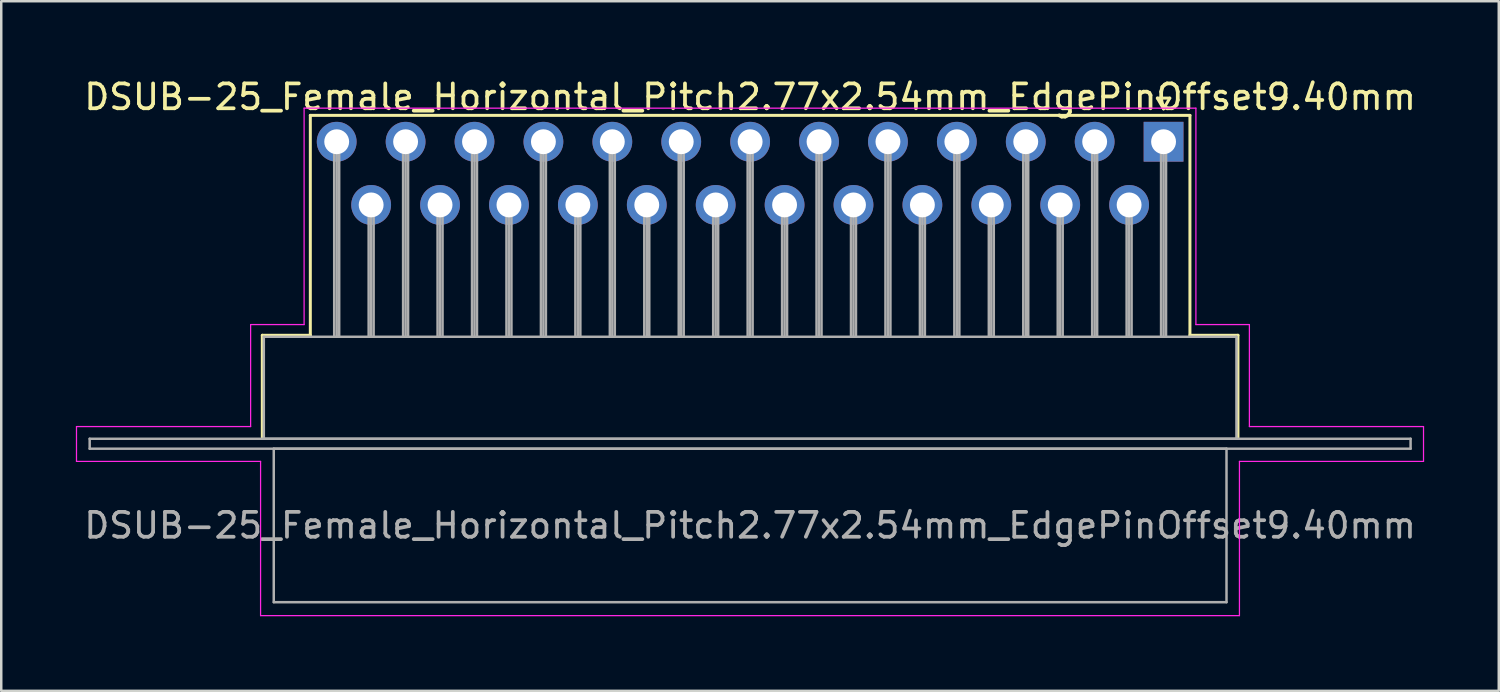
<source format=kicad_pcb>
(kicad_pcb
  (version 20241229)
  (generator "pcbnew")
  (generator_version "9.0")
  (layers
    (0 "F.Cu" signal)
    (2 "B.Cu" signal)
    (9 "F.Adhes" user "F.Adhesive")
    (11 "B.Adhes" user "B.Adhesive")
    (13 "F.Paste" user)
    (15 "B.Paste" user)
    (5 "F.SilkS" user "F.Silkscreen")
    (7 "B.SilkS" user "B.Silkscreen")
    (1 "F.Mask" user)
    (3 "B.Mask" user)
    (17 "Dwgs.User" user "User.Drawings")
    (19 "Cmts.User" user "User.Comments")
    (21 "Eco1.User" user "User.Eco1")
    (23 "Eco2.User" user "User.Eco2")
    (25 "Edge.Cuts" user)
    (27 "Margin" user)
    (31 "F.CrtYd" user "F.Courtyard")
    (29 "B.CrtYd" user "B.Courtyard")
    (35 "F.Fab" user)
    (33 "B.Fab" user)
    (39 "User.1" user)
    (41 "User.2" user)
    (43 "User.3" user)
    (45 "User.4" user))
  (footprint "DSUB-25_Female_Horizontal_Pitch2.77x2.54mm_EdgePinOffset9.40mm"
    (layer "F.Cu")
    (at 43.725 2.648)
    (property "Reference" "DSUB-25_Female_Horizontal_Pitch2.77x2.54mm_EdgePinOffset9.40mm" (at -16.62 -1.8 0) (layer "F.SilkS") (effects (font (size 1 1) (thickness 0.15))))
    (attr through_hole)
    (fp_line (start -36.23 7.78) (end -34.3 7.78) (stroke (width 0.12) (type solid)) (layer "F.SilkS"))
    (fp_line (start -36.23 11.88) (end -36.23 7.78) (stroke (width 0.12) (type solid)) (layer "F.SilkS"))
    (fp_line (start -34.3 -1.06) (end 1.06 -1.06) (stroke (width 0.12) (type solid)) (layer "F.SilkS"))
    (fp_line (start -34.3 7.78) (end -34.3 -1.06) (stroke (width 0.12) (type solid)) (layer "F.SilkS"))
    (fp_line (start -0.25 -1.754) (end 0.25 -1.754) (stroke (width 0.12) (type solid)) (layer "F.SilkS"))
    (fp_line (start 0 -1.321) (end -0.25 -1.754) (stroke (width 0.12) (type solid)) (layer "F.SilkS"))
    (fp_line (start 0.25 -1.754) (end 0 -1.321) (stroke (width 0.12) (type solid)) (layer "F.SilkS"))
    (fp_line (start 1.06 -1.06) (end 1.06 7.78) (stroke (width 0.12) (type solid)) (layer "F.SilkS"))
    (fp_line (start 1.06 7.78) (end 2.99 7.78) (stroke (width 0.12) (type solid)) (layer "F.SilkS"))
    (fp_line (start 2.99 7.78) (end 2.99 11.88) (stroke (width 0.12) (type solid)) (layer "F.SilkS"))
    (fp_line (start -43.7 11.45) (end -36.7 11.45) (stroke (width 0.05) (type solid)) (layer "F.CrtYd"))
    (fp_line (start -43.7 12.85) (end -43.7 11.45) (stroke (width 0.05) (type solid)) (layer "F.CrtYd"))
    (fp_line (start -36.7 7.35) (end -34.55 7.35) (stroke (width 0.05) (type solid)) (layer "F.CrtYd"))
    (fp_line (start -36.7 11.45) (end -36.7 7.35) (stroke (width 0.05) (type solid)) (layer "F.CrtYd"))
    (fp_line (start -36.3 12.85) (end -43.7 12.85) (stroke (width 0.05) (type solid)) (layer "F.CrtYd"))
    (fp_line (start -36.3 19.05) (end -36.3 12.85) (stroke (width 0.05) (type solid)) (layer "F.CrtYd"))
    (fp_line (start -34.55 -1.35) (end 1.3 -1.35) (stroke (width 0.05) (type solid)) (layer "F.CrtYd"))
    (fp_line (start -34.55 7.35) (end -34.55 -1.35) (stroke (width 0.05) (type solid)) (layer "F.CrtYd"))
    (fp_line (start 1.3 -1.35) (end 1.3 7.35) (stroke (width 0.05) (type solid)) (layer "F.CrtYd"))
    (fp_line (start 1.3 7.35) (end 3.45 7.35) (stroke (width 0.05) (type solid)) (layer "F.CrtYd"))
    (fp_line (start 3.05 12.85) (end 3.05 19.05) (stroke (width 0.05) (type solid)) (layer "F.CrtYd"))
    (fp_line (start 3.05 19.05) (end -36.3 19.05) (stroke (width 0.05) (type solid)) (layer "F.CrtYd"))
    (fp_line (start 3.45 7.35) (end 3.45 11.45) (stroke (width 0.05) (type solid)) (layer "F.CrtYd"))
    (fp_line (start 3.45 11.45) (end 10.45 11.45) (stroke (width 0.05) (type solid)) (layer "F.CrtYd"))
    (fp_line (start 10.45 11.45) (end 10.45 12.85) (stroke (width 0.05) (type solid)) (layer "F.CrtYd"))
    (fp_line (start 10.45 12.85) (end 3.05 12.85) (stroke (width 0.05) (type solid)) (layer "F.CrtYd"))
    (fp_line (start -43.17 11.94) (end -43.17 12.34) (stroke (width 0.1) (type solid)) (layer "F.Fab"))
    (fp_line (start -43.17 12.34) (end 9.93 12.34) (stroke (width 0.1) (type solid)) (layer "F.Fab"))
    (fp_line (start -36.17 7.84) (end -36.17 11.94) (stroke (width 0.1) (type solid)) (layer "F.Fab"))
    (fp_line (start -36.17 11.94) (end 2.93 11.94) (stroke (width 0.1) (type solid)) (layer "F.Fab"))
    (fp_line (start -35.77 12.34) (end -35.77 18.51) (stroke (width 0.1) (type solid)) (layer "F.Fab"))
    (fp_line (start -35.77 18.51) (end 2.53 18.51) (stroke (width 0.1) (type solid)) (layer "F.Fab"))
    (fp_line (start -33.34 0) (end -33.34 7.84) (stroke (width 0.1) (type solid)) (layer "F.Fab"))
    (fp_line (start -33.24 0) (end -33.24 7.84) (stroke (width 0.1) (type solid)) (layer "F.Fab"))
    (fp_line (start -33.14 0) (end -33.14 7.84) (stroke (width 0.1) (type solid)) (layer "F.Fab"))
    (fp_line (start -31.955 2.54) (end -31.955 7.84) (stroke (width 0.1) (type solid)) (layer "F.Fab"))
    (fp_line (start -31.855 2.54) (end -31.855 7.84) (stroke (width 0.1) (type solid)) (layer "F.Fab"))
    (fp_line (start -31.755 2.54) (end -31.755 7.84) (stroke (width 0.1) (type solid)) (layer "F.Fab"))
    (fp_line (start -30.57 0) (end -30.57 7.84) (stroke (width 0.1) (type solid)) (layer "F.Fab"))
    (fp_line (start -30.47 0) (end -30.47 7.84) (stroke (width 0.1) (type solid)) (layer "F.Fab"))
    (fp_line (start -30.37 0) (end -30.37 7.84) (stroke (width 0.1) (type solid)) (layer "F.Fab"))
    (fp_line (start -29.185 2.54) (end -29.185 7.84) (stroke (width 0.1) (type solid)) (layer "F.Fab"))
    (fp_line (start -29.085 2.54) (end -29.085 7.84) (stroke (width 0.1) (type solid)) (layer "F.Fab"))
    (fp_line (start -28.985 2.54) (end -28.985 7.84) (stroke (width 0.1) (type solid)) (layer "F.Fab"))
    (fp_line (start -27.8 0) (end -27.8 7.84) (stroke (width 0.1) (type solid)) (layer "F.Fab"))
    (fp_line (start -27.7 0) (end -27.7 7.84) (stroke (width 0.1) (type solid)) (layer "F.Fab"))
    (fp_line (start -27.6 0) (end -27.6 7.84) (stroke (width 0.1) (type solid)) (layer "F.Fab"))
    (fp_line (start -26.415 2.54) (end -26.415 7.84) (stroke (width 0.1) (type solid)) (layer "F.Fab"))
    (fp_line (start -26.315 2.54) (end -26.315 7.84) (stroke (width 0.1) (type solid)) (layer "F.Fab"))
    (fp_line (start -26.215 2.54) (end -26.215 7.84) (stroke (width 0.1) (type solid)) (layer "F.Fab"))
    (fp_line (start -25.03 0) (end -25.03 7.84) (stroke (width 0.1) (type solid)) (layer "F.Fab"))
    (fp_line (start -24.93 0) (end -24.93 7.84) (stroke (width 0.1) (type solid)) (layer "F.Fab"))
    (fp_line (start -24.83 0) (end -24.83 7.84) (stroke (width 0.1) (type solid)) (layer "F.Fab"))
    (fp_line (start -23.645 2.54) (end -23.645 7.84) (stroke (width 0.1) (type solid)) (layer "F.Fab"))
    (fp_line (start -23.545 2.54) (end -23.545 7.84) (stroke (width 0.1) (type solid)) (layer "F.Fab"))
    (fp_line (start -23.445 2.54) (end -23.445 7.84) (stroke (width 0.1) (type solid)) (layer "F.Fab"))
    (fp_line (start -22.26 0) (end -22.26 7.84) (stroke (width 0.1) (type solid)) (layer "F.Fab"))
    (fp_line (start -22.16 0) (end -22.16 7.84) (stroke (width 0.1) (type solid)) (layer "F.Fab"))
    (fp_line (start -22.06 0) (end -22.06 7.84) (stroke (width 0.1) (type solid)) (layer "F.Fab"))
    (fp_line (start -20.875 2.54) (end -20.875 7.84) (stroke (width 0.1) (type solid)) (layer "F.Fab"))
    (fp_line (start -20.775 2.54) (end -20.775 7.84) (stroke (width 0.1) (type solid)) (layer "F.Fab"))
    (fp_line (start -20.675 2.54) (end -20.675 7.84) (stroke (width 0.1) (type solid)) (layer "F.Fab"))
    (fp_line (start -19.49 0) (end -19.49 7.84) (stroke (width 0.1) (type solid)) (layer "F.Fab"))
    (fp_line (start -19.39 0) (end -19.39 7.84) (stroke (width 0.1) (type solid)) (layer "F.Fab"))
    (fp_line (start -19.29 0) (end -19.29 7.84) (stroke (width 0.1) (type solid)) (layer "F.Fab"))
    (fp_line (start -18.105 2.54) (end -18.105 7.84) (stroke (width 0.1) (type solid)) (layer "F.Fab"))
    (fp_line (start -18.005 2.54) (end -18.005 7.84) (stroke (width 0.1) (type solid)) (layer "F.Fab"))
    (fp_line (start -17.905 2.54) (end -17.905 7.84) (stroke (width 0.1) (type solid)) (layer "F.Fab"))
    (fp_line (start -16.72 0) (end -16.72 7.84) (stroke (width 0.1) (type solid)) (layer "F.Fab"))
    (fp_line (start -16.62 0) (end -16.62 7.84) (stroke (width 0.1) (type solid)) (layer "F.Fab"))
    (fp_line (start -16.52 0) (end -16.52 7.84) (stroke (width 0.1) (type solid)) (layer "F.Fab"))
    (fp_line (start -15.335 2.54) (end -15.335 7.84) (stroke (width 0.1) (type solid)) (layer "F.Fab"))
    (fp_line (start -15.235 2.54) (end -15.235 7.84) (stroke (width 0.1) (type solid)) (layer "F.Fab"))
    (fp_line (start -15.135 2.54) (end -15.135 7.84) (stroke (width 0.1) (type solid)) (layer "F.Fab"))
    (fp_line (start -13.95 0) (end -13.95 7.84) (stroke (width 0.1) (type solid)) (layer "F.Fab"))
    (fp_line (start -13.85 0) (end -13.85 7.84) (stroke (width 0.1) (type solid)) (layer "F.Fab"))
    (fp_line (start -13.75 0) (end -13.75 7.84) (stroke (width 0.1) (type solid)) (layer "F.Fab"))
    (fp_line (start -12.565 2.54) (end -12.565 7.84) (stroke (width 0.1) (type solid)) (layer "F.Fab"))
    (fp_line (start -12.465 2.54) (end -12.465 7.84) (stroke (width 0.1) (type solid)) (layer "F.Fab"))
    (fp_line (start -12.365 2.54) (end -12.365 7.84) (stroke (width 0.1) (type solid)) (layer "F.Fab"))
    (fp_line (start -11.18 0) (end -11.18 7.84) (stroke (width 0.1) (type solid)) (layer "F.Fab"))
    (fp_line (start -11.08 0) (end -11.08 7.84) (stroke (width 0.1) (type solid)) (layer "F.Fab"))
    (fp_line (start -10.98 0) (end -10.98 7.84) (stroke (width 0.1) (type solid)) (layer "F.Fab"))
    (fp_line (start -9.795 2.54) (end -9.795 7.84) (stroke (width 0.1) (type solid)) (layer "F.Fab"))
    (fp_line (start -9.695 2.54) (end -9.695 7.84) (stroke (width 0.1) (type solid)) (layer "F.Fab"))
    (fp_line (start -9.595 2.54) (end -9.595 7.84) (stroke (width 0.1) (type solid)) (layer "F.Fab"))
    (fp_line (start -8.41 0) (end -8.41 7.84) (stroke (width 0.1) (type solid)) (layer "F.Fab"))
    (fp_line (start -8.31 0) (end -8.31 7.84) (stroke (width 0.1) (type solid)) (layer "F.Fab"))
    (fp_line (start -8.21 0) (end -8.21 7.84) (stroke (width 0.1) (type solid)) (layer "F.Fab"))
    (fp_line (start -7.025 2.54) (end -7.025 7.84) (stroke (width 0.1) (type solid)) (layer "F.Fab"))
    (fp_line (start -6.925 2.54) (end -6.925 7.84) (stroke (width 0.1) (type solid)) (layer "F.Fab"))
    (fp_line (start -6.825 2.54) (end -6.825 7.84) (stroke (width 0.1) (type solid)) (layer "F.Fab"))
    (fp_line (start -5.64 0) (end -5.64 7.84) (stroke (width 0.1) (type solid)) (layer "F.Fab"))
    (fp_line (start -5.54 0) (end -5.54 7.84) (stroke (width 0.1) (type solid)) (layer "F.Fab"))
    (fp_line (start -5.44 0) (end -5.44 7.84) (stroke (width 0.1) (type solid)) (layer "F.Fab"))
    (fp_line (start -4.255 2.54) (end -4.255 7.84) (stroke (width 0.1) (type solid)) (layer "F.Fab"))
    (fp_line (start -4.155 2.54) (end -4.155 7.84) (stroke (width 0.1) (type solid)) (layer "F.Fab"))
    (fp_line (start -4.055 2.54) (end -4.055 7.84) (stroke (width 0.1) (type solid)) (layer "F.Fab"))
    (fp_line (start -2.87 0) (end -2.87 7.84) (stroke (width 0.1) (type solid)) (layer "F.Fab"))
    (fp_line (start -2.77 0) (end -2.77 7.84) (stroke (width 0.1) (type solid)) (layer "F.Fab"))
    (fp_line (start -2.67 0) (end -2.67 7.84) (stroke (width 0.1) (type solid)) (layer "F.Fab"))
    (fp_line (start -1.485 2.54) (end -1.485 7.84) (stroke (width 0.1) (type solid)) (layer "F.Fab"))
    (fp_line (start -1.385 2.54) (end -1.385 7.84) (stroke (width 0.1) (type solid)) (layer "F.Fab"))
    (fp_line (start -1.285 2.54) (end -1.285 7.84) (stroke (width 0.1) (type solid)) (layer "F.Fab"))
    (fp_line (start -0.1 0) (end -0.1 7.84) (stroke (width 0.1) (type solid)) (layer "F.Fab"))
    (fp_line (start 0 0) (end 0 7.84) (stroke (width 0.1) (type solid)) (layer "F.Fab"))
    (fp_line (start 0.1 0) (end 0.1 7.84) (stroke (width 0.1) (type solid)) (layer "F.Fab"))
    (fp_line (start 2.53 12.34) (end -35.77 12.34) (stroke (width 0.1) (type solid)) (layer "F.Fab"))
    (fp_line (start 2.53 18.51) (end 2.53 12.34) (stroke (width 0.1) (type solid)) (layer "F.Fab"))
    (fp_line (start 2.93 7.84) (end -36.17 7.84) (stroke (width 0.1) (type solid)) (layer "F.Fab"))
    (fp_line (start 2.93 11.94) (end 2.93 7.84) (stroke (width 0.1) (type solid)) (layer "F.Fab"))
    (fp_line (start 9.93 11.94) (end -43.17 11.94) (stroke (width 0.1) (type solid)) (layer "F.Fab"))
    (fp_line (start 9.93 12.34) (end 9.93 11.94) (stroke (width 0.1) (type solid)) (layer "F.Fab"))
    (fp_text user "${REFERENCE}" (at -16.62 15.425 0) (layer "F.Fab") (effects (font (size 1 1) (thickness 0.15))))
    (pad "1" thru_hole rect (at 0 0) (size 1.6 1.6) (drill 1) (layers "*.Cu" "*.Mask"))
    (pad "2" thru_hole circle (at -2.77 0) (size 1.6 1.6) (drill 1) (layers "*.Cu" "*.Mask"))
    (pad "3" thru_hole circle (at -5.54 0) (size 1.6 1.6) (drill 1) (layers "*.Cu" "*.Mask"))
    (pad "4" thru_hole circle (at -8.31 0) (size 1.6 1.6) (drill 1) (layers "*.Cu" "*.Mask"))
    (pad "5" thru_hole circle (at -11.08 0) (size 1.6 1.6) (drill 1) (layers "*.Cu" "*.Mask"))
    (pad "6" thru_hole circle (at -13.85 0) (size 1.6 1.6) (drill 1) (layers "*.Cu" "*.Mask"))
    (pad "7" thru_hole circle (at -16.62 0) (size 1.6 1.6) (drill 1) (layers "*.Cu" "*.Mask"))
    (pad "8" thru_hole circle (at -19.39 0) (size 1.6 1.6) (drill 1) (layers "*.Cu" "*.Mask"))
    (pad "9" thru_hole circle (at -22.16 0) (size 1.6 1.6) (drill 1) (layers "*.Cu" "*.Mask"))
    (pad "10" thru_hole circle (at -24.93 0) (size 1.6 1.6) (drill 1) (layers "*.Cu" "*.Mask"))
    (pad "11" thru_hole circle (at -27.7 0) (size 1.6 1.6) (drill 1) (layers "*.Cu" "*.Mask"))
    (pad "12" thru_hole circle (at -30.47 0) (size 1.6 1.6) (drill 1) (layers "*.Cu" "*.Mask"))
    (pad "13" thru_hole circle (at -33.24 0) (size 1.6 1.6) (drill 1) (layers "*.Cu" "*.Mask"))
    (pad "14" thru_hole circle (at -1.385 2.54) (size 1.6 1.6) (drill 1) (layers "*.Cu" "*.Mask"))
    (pad "15" thru_hole circle (at -4.155 2.54) (size 1.6 1.6) (drill 1) (layers "*.Cu" "*.Mask"))
    (pad "16" thru_hole circle (at -6.925 2.54) (size 1.6 1.6) (drill 1) (layers "*.Cu" "*.Mask"))
    (pad "17" thru_hole circle (at -9.695 2.54) (size 1.6 1.6) (drill 1) (layers "*.Cu" "*.Mask"))
    (pad "18" thru_hole circle (at -12.465 2.54) (size 1.6 1.6) (drill 1) (layers "*.Cu" "*.Mask"))
    (pad "19" thru_hole circle (at -15.235 2.54) (size 1.6 1.6) (drill 1) (layers "*.Cu" "*.Mask"))
    (pad "20" thru_hole circle (at -18.005 2.54) (size 1.6 1.6) (drill 1) (layers "*.Cu" "*.Mask"))
    (pad "21" thru_hole circle (at -20.775 2.54) (size 1.6 1.6) (drill 1) (layers "*.Cu" "*.Mask"))
    (pad "22" thru_hole circle (at -23.545 2.54) (size 1.6 1.6) (drill 1) (layers "*.Cu" "*.Mask"))
    (pad "23" thru_hole circle (at -26.315 2.54) (size 1.6 1.6) (drill 1) (layers "*.Cu" "*.Mask"))
    (pad "24" thru_hole circle (at -29.085 2.54) (size 1.6 1.6) (drill 1) (layers "*.Cu" "*.Mask"))
    (pad "25" thru_hole circle (at -31.855 2.54) (size 1.6 1.6) (drill 1) (layers "*.Cu" "*.Mask")))
  (gr_rect
    (start -3 -3)
    (end 57.2 24.723)
    (stroke (width 0.1) (type default))
    (fill no)
    (layer "Edge.Cuts")))
</source>
